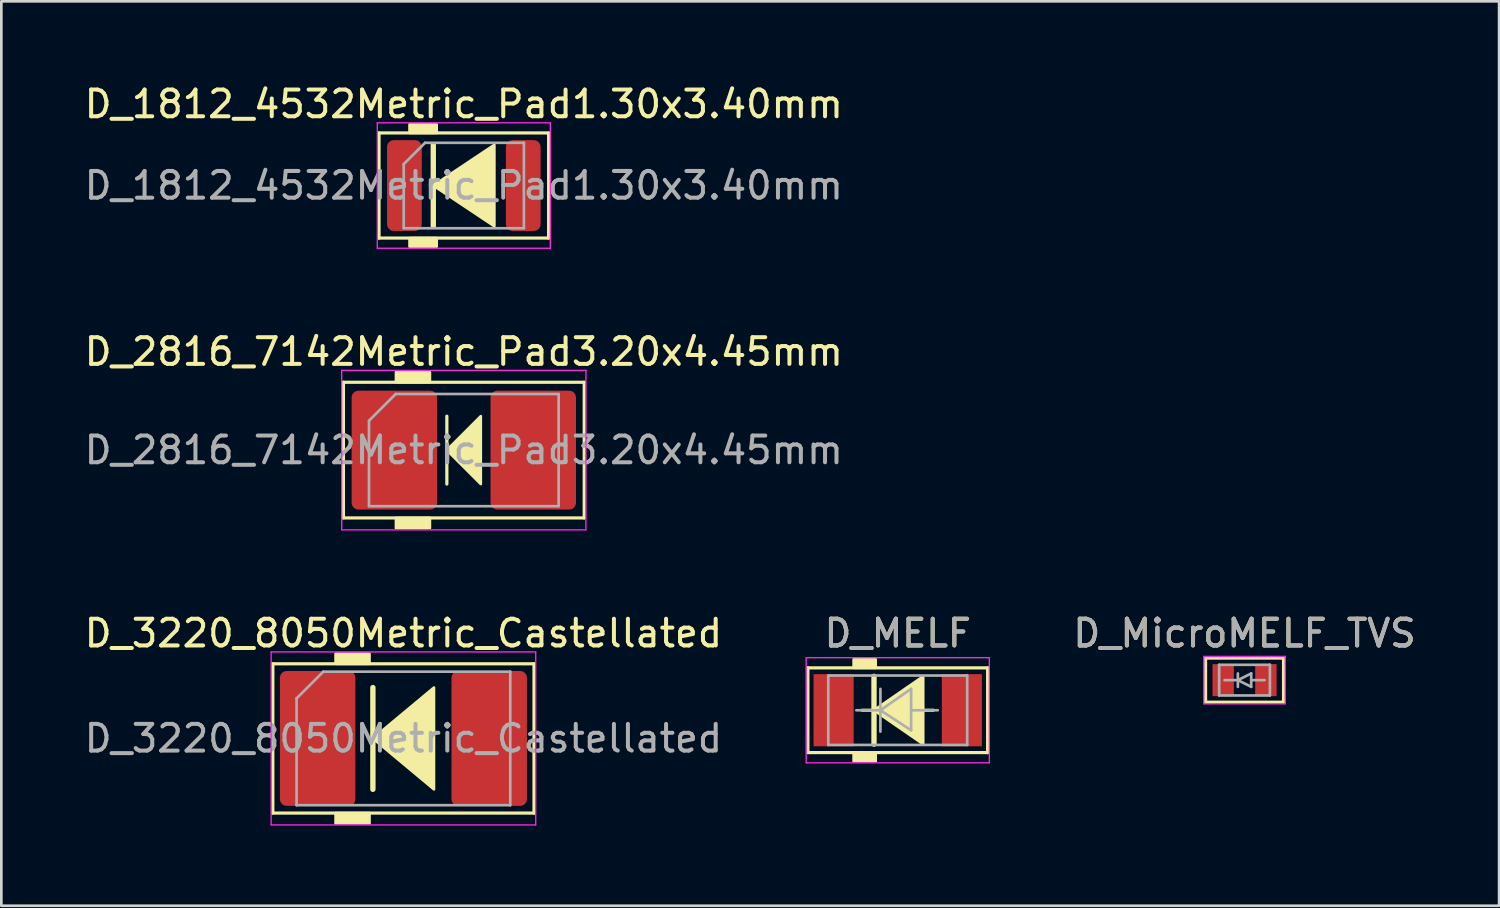
<source format=kicad_pcb>
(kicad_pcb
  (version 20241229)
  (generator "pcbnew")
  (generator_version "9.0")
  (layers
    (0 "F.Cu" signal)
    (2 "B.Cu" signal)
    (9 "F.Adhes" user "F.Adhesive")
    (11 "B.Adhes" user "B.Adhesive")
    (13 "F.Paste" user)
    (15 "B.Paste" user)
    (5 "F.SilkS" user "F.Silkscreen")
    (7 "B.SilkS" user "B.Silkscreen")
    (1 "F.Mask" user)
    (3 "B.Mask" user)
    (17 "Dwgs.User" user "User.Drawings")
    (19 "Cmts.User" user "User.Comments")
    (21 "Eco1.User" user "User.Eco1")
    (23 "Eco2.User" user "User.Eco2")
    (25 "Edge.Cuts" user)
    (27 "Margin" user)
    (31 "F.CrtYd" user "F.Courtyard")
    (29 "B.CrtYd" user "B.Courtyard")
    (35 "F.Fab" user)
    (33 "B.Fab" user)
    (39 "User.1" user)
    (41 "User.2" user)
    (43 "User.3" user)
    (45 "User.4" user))
  (footprint "D_1812_4532Metric_Pad1.30x3.40mm"
    (layer "F.Cu")
    (at 14.315 3.896)
    (property "Reference" "D_1812_4532Metric_Pad1.30x3.40mm" (at 0 -3.048 0) (layer "F.SilkS") (effects (font (size 1 1) (thickness 0.15))))
    (attr smd)
    (fp_line (start -3.175 -1.968) (end -3.175 1.968) (stroke (width 0.12) (type solid)) (layer "F.SilkS"))
    (fp_line (start -3.175 1.968) (end 3.175 1.968) (stroke (width 0.12) (type solid)) (layer "F.SilkS"))
    (fp_line (start -1.143 -1.524) (end -1.143 1.524) (stroke (width 0.2) (type solid)) (layer "F.SilkS"))
    (fp_line (start 3.175 -1.968) (end -3.175 -1.968) (stroke (width 0.12) (type solid)) (layer "F.SilkS"))
    (fp_line (start 3.175 1.968) (end 3.175 -1.968) (stroke (width 0.12) (type solid)) (layer "F.SilkS"))
    (fp_poly (pts (xy 1.143 1.524) (xy -1.143 0) (xy 1.143 -1.524)) (stroke (width 0.1) (type solid)) (fill yes) (layer "F.SilkS"))
    (fp_poly (pts (xy -1.016 -1.968) (xy -2.032 -1.968) (xy -2.032 -2.286) (xy -1.016 -2.286)) (stroke (width 0.1) (type solid)) (fill yes) (layer "F.SilkS"))
    (fp_poly (pts (xy -1.016 2.286) (xy -2.032 2.286) (xy -2.032 1.968) (xy -1.016 1.968)) (stroke (width 0.1) (type solid)) (fill yes) (layer "F.SilkS"))
    (fp_line (start -3.239 -2.349) (end 3.239 -2.349) (stroke (width 0.05) (type solid)) (layer "F.CrtYd"))
    (fp_line (start -3.239 2.349) (end -3.239 -2.349) (stroke (width 0.05) (type solid)) (layer "F.CrtYd"))
    (fp_line (start 3.239 -2.349) (end 3.239 2.349) (stroke (width 0.05) (type solid)) (layer "F.CrtYd"))
    (fp_line (start 3.239 2.349) (end -3.239 2.349) (stroke (width 0.05) (type solid)) (layer "F.CrtYd"))
    (fp_line (start -2.25 -0.8) (end -2.25 1.6) (stroke (width 0.1) (type solid)) (layer "F.Fab"))
    (fp_line (start -2.25 1.6) (end 2.25 1.6) (stroke (width 0.1) (type solid)) (layer "F.Fab"))
    (fp_line (start -1.45 -1.6) (end -2.25 -0.8) (stroke (width 0.1) (type solid)) (layer "F.Fab"))
    (fp_line (start 2.25 -1.6) (end -1.45 -1.6) (stroke (width 0.1) (type solid)) (layer "F.Fab"))
    (fp_line (start 2.25 1.6) (end 2.25 -1.6) (stroke (width 0.1) (type solid)) (layer "F.Fab"))
    (fp_text user "${REFERENCE}" (at 0 0 0) (layer "F.Fab") (effects (font (size 1 1) (thickness 0.15))))
    (pad "1" smd roundrect (at -2.225 0) (size 1.3 3.4) (layers "F.Cu" "F.Mask" "F.Paste") (roundrect_rratio 0.192))
    (pad "2" smd roundrect (at 2.225 0) (size 1.3 3.4) (layers "F.Cu" "F.Mask" "F.Paste") (roundrect_rratio 0.192)))
  (footprint "D_3220_8050Metric_Castellated"
    (layer "F.Cu")
    (at 12.054 24.597)
    (property "Reference" "D_3220_8050Metric_Castellated" (at 0 -3.937 0) (layer "F.SilkS") (effects (font (size 1 1) (thickness 0.15))))
    (attr smd)
    (fp_line (start -4.889 -2.794) (end 4.889 -2.794) (stroke (width 0.12) (type solid)) (layer "F.SilkS"))
    (fp_line (start -4.889 2.794) (end -4.889 -2.794) (stroke (width 0.12) (type solid)) (layer "F.SilkS"))
    (fp_line (start -1.143 -1.905) (end -1.143 1.905) (stroke (width 0.2) (type solid)) (layer "F.SilkS"))
    (fp_line (start 4.889 -2.794) (end 4.889 2.794) (stroke (width 0.12) (type solid)) (layer "F.SilkS"))
    (fp_line (start 4.889 2.794) (end -4.889 2.794) (stroke (width 0.12) (type solid)) (layer "F.SilkS"))
    (fp_poly (pts (xy 1.143 1.905) (xy -1.143 0) (xy 1.143 -1.905)) (stroke (width 0.1) (type solid)) (fill yes) (layer "F.SilkS"))
    (fp_poly (pts (xy -1.27 -2.794) (xy -2.54 -2.794) (xy -2.54 -3.175) (xy -1.27 -3.175)) (stroke (width 0.1) (type solid)) (fill yes) (layer "F.SilkS"))
    (fp_poly (pts (xy -1.27 3.175) (xy -2.54 3.175) (xy -2.54 2.794) (xy -1.27 2.794)) (stroke (width 0.1) (type solid)) (fill yes) (layer "F.SilkS"))
    (fp_line (start -4.953 -3.239) (end 4.953 -3.239) (stroke (width 0.05) (type solid)) (layer "F.CrtYd"))
    (fp_line (start -4.953 3.239) (end -4.953 -3.239) (stroke (width 0.05) (type solid)) (layer "F.CrtYd"))
    (fp_line (start 4.953 -3.239) (end 4.953 3.239) (stroke (width 0.05) (type solid)) (layer "F.CrtYd"))
    (fp_line (start 4.953 3.239) (end -4.953 3.239) (stroke (width 0.05) (type solid)) (layer "F.CrtYd"))
    (fp_line (start -4 -1.5) (end -4 2.5) (stroke (width 0.1) (type solid)) (layer "F.Fab"))
    (fp_line (start -4 2.5) (end 4 2.5) (stroke (width 0.1) (type solid)) (layer "F.Fab"))
    (fp_line (start -3 -2.5) (end -4 -1.5) (stroke (width 0.1) (type solid)) (layer "F.Fab"))
    (fp_line (start 4 -2.5) (end -3 -2.5) (stroke (width 0.1) (type solid)) (layer "F.Fab"))
    (fp_line (start 4 2.5) (end 4 -2.5) (stroke (width 0.1) (type solid)) (layer "F.Fab"))
    (fp_text user "${REFERENCE}" (at 0 0 0) (layer "F.Fab") (effects (font (size 1 1) (thickness 0.15))))
    (pad "1" smd roundrect (at -3.212 0) (size 2.825 5.05) (layers "F.Cu" "F.Mask" "F.Paste") (roundrect_rratio 0.088))
    (pad "2" smd roundrect (at 3.212 0) (size 2.825 5.05) (layers "F.Cu" "F.Mask" "F.Paste") (roundrect_rratio 0.088)))
  (footprint "D_MicroMELF_TVS"
    (layer "F.Cu")
    (at 43.545 22.414)
    (property "Reference" "D_MicroMELF_TVS" (at 0 -1.754 0) (layer "F.SilkS") (effects (font (size 1 1) (thickness 0.15))))
    (attr smd)
    (fp_line (start -1.46 -0.826) (end 1.46 -0.826) (stroke (width 0.12) (type solid)) (layer "F.SilkS"))
    (fp_line (start -1.46 0.826) (end -1.46 -0.826) (stroke (width 0.12) (type solid)) (layer "F.SilkS"))
    (fp_line (start 1.46 -0.826) (end 1.46 0.826) (stroke (width 0.12) (type solid)) (layer "F.SilkS"))
    (fp_line (start 1.46 0.826) (end -1.46 0.826) (stroke (width 0.12) (type solid)) (layer "F.SilkS"))
    (fp_line (start -1.524 -0.889) (end -1.524 0.889) (stroke (width 0.05) (type solid)) (layer "F.CrtYd"))
    (fp_line (start -1.524 -0.889) (end 1.524 -0.889) (stroke (width 0.05) (type solid)) (layer "F.CrtYd"))
    (fp_line (start 1.524 0.889) (end -1.524 0.889) (stroke (width 0.05) (type solid)) (layer "F.CrtYd"))
    (fp_line (start 1.524 0.889) (end 1.524 -0.889) (stroke (width 0.05) (type solid)) (layer "F.CrtYd"))
    (fp_line (start -0.95 -0.575) (end 0.95 -0.575) (stroke (width 0.1) (type solid)) (layer "F.Fab"))
    (fp_line (start -0.95 0.575) (end -0.95 -0.575) (stroke (width 0.1) (type solid)) (layer "F.Fab"))
    (fp_line (start -0.25 -0.25) (end -0.25 0.25) (stroke (width 0.1) (type solid)) (layer "F.Fab"))
    (fp_line (start -0.25 0) (end -0.75 0) (stroke (width 0.1) (type solid)) (layer "F.Fab"))
    (fp_line (start -0.25 0) (end 0.25 -0.25) (stroke (width 0.1) (type solid)) (layer "F.Fab"))
    (fp_line (start 0.25 -0.25) (end 0.25 0.25) (stroke (width 0.1) (type solid)) (layer "F.Fab"))
    (fp_line (start 0.25 0) (end 0.75 0) (stroke (width 0.1) (type solid)) (layer "F.Fab"))
    (fp_line (start 0.25 0.25) (end -0.25 0) (stroke (width 0.1) (type solid)) (layer "F.Fab"))
    (fp_line (start 0.95 -0.575) (end 0.95 0.575) (stroke (width 0.1) (type solid)) (layer "F.Fab"))
    (fp_line (start 0.95 0.575) (end -0.95 0.575) (stroke (width 0.1) (type solid)) (layer "F.Fab"))
    (fp_text user "${REFERENCE}" (at 0 -1.754 0) (layer "F.Fab") (effects (font (size 1 1) (thickness 0.15))))
    (pad "1" smd rect (at -0.8 0) (size 0.8 1.2) (layers "F.Cu" "F.Mask" "F.Paste"))
    (pad "2" smd rect (at 0.8 0) (size 0.8 1.2) (layers "F.Cu" "F.Mask" "F.Paste")))
  (footprint "D_2816_7142Metric_Pad3.20x4.45mm"
    (layer "F.Cu")
    (at 14.315 13.802)
    (property "Reference" "D_2816_7142Metric_Pad3.20x4.45mm" (at 0 -3.683 0) (layer "F.SilkS") (effects (font (size 1 1) (thickness 0.15))))
    (attr smd)
    (fp_line (start -4.508 -2.54) (end -4.508 2.54) (stroke (width 0.12) (type solid)) (layer "F.SilkS"))
    (fp_line (start -4.508 2.54) (end 4.508 2.54) (stroke (width 0.12) (type solid)) (layer "F.SilkS"))
    (fp_line (start -0.635 -1.27) (end -0.635 1.27) (stroke (width 0.12) (type solid)) (layer "F.SilkS"))
    (fp_line (start 4.508 -2.54) (end -4.508 -2.54) (stroke (width 0.12) (type solid)) (layer "F.SilkS"))
    (fp_line (start 4.508 2.54) (end 4.508 -2.54) (stroke (width 0.12) (type solid)) (layer "F.SilkS"))
    (fp_poly (pts (xy 0.635 1.27) (xy -0.635 0) (xy 0.635 -1.27)) (stroke (width 0.1) (type solid)) (fill yes) (layer "F.SilkS"))
    (fp_poly (pts (xy -1.27 -2.54) (xy -2.54 -2.54) (xy -2.54 -2.921) (xy -1.27 -2.921)) (stroke (width 0.1) (type solid)) (fill yes) (layer "F.SilkS"))
    (fp_poly (pts (xy -1.27 2.921) (xy -2.54 2.921) (xy -2.54 2.54) (xy -1.27 2.54)) (stroke (width 0.1) (type solid)) (fill yes) (layer "F.SilkS"))
    (fp_line (start -4.572 -2.985) (end 4.572 -2.985) (stroke (width 0.05) (type solid)) (layer "F.CrtYd"))
    (fp_line (start -4.572 2.985) (end -4.572 -2.985) (stroke (width 0.05) (type solid)) (layer "F.CrtYd"))
    (fp_line (start 4.572 -2.985) (end 4.572 2.985) (stroke (width 0.05) (type solid)) (layer "F.CrtYd"))
    (fp_line (start 4.572 2.985) (end -4.572 2.985) (stroke (width 0.05) (type solid)) (layer "F.CrtYd"))
    (fp_line (start -3.55 -1.1) (end -3.55 2.1) (stroke (width 0.1) (type solid)) (layer "F.Fab"))
    (fp_line (start -3.55 2.1) (end 3.55 2.1) (stroke (width 0.1) (type solid)) (layer "F.Fab"))
    (fp_line (start -2.55 -2.1) (end -3.55 -1.1) (stroke (width 0.1) (type solid)) (layer "F.Fab"))
    (fp_line (start 3.55 -2.1) (end -2.55 -2.1) (stroke (width 0.1) (type solid)) (layer "F.Fab"))
    (fp_line (start 3.55 2.1) (end 3.55 -2.1) (stroke (width 0.1) (type solid)) (layer "F.Fab"))
    (fp_text user "${REFERENCE}" (at 0 0 0) (layer "F.Fab") (effects (font (size 1 1) (thickness 0.15))))
    (pad "1" smd roundrect (at -2.6 0) (size 3.2 4.45) (layers "F.Cu" "F.Mask" "F.Paste") (roundrect_rratio 0.078))
    (pad "2" smd roundrect (at 2.6 0) (size 3.2 4.45) (layers "F.Cu" "F.Mask" "F.Paste") (roundrect_rratio 0.078)))
  (footprint "D_MELF"
    (layer "F.Cu")
    (at 30.561 23.541)
    (property "Reference" "D_MELF" (at 0 -2.881 0) (layer "F.SilkS") (effects (font (size 1 1) (thickness 0.15))))
    (attr smd)
    (fp_line (start -3.365 -1.587) (end 3.365 -1.587) (stroke (width 0.12) (type solid)) (layer "F.SilkS"))
    (fp_line (start -3.365 1.587) (end -3.365 -1.587) (stroke (width 0.12) (type solid)) (layer "F.SilkS"))
    (fp_line (start -0.953 0) (end -1.333 0) (stroke (width 0.12) (type solid)) (layer "F.SilkS"))
    (fp_line (start -0.889 -1.27) (end -0.889 1.27) (stroke (width 0.2) (type solid)) (layer "F.SilkS"))
    (fp_line (start 1.333 0) (end 0.953 0) (stroke (width 0.12) (type solid)) (layer "F.SilkS"))
    (fp_line (start 3.365 -1.587) (end 3.365 1.587) (stroke (width 0.12) (type solid)) (layer "F.SilkS"))
    (fp_line (start 3.365 1.587) (end -3.365 1.587) (stroke (width 0.12) (type solid)) (layer "F.SilkS"))
    (fp_poly (pts (xy 0.953 1.27) (xy -0.889 0) (xy 0.953 -1.27)) (stroke (width 0.1) (type solid)) (fill yes) (layer "F.SilkS"))
    (fp_poly (pts (xy -0.826 -1.587) (xy -1.651 -1.587) (xy -1.651 -1.905) (xy -0.826 -1.905)) (stroke (width 0.1) (type solid)) (fill yes) (layer "F.SilkS"))
    (fp_poly (pts (xy -0.826 1.905) (xy -1.651 1.905) (xy -1.651 1.587) (xy -0.826 1.587)) (stroke (width 0.1) (type solid)) (fill yes) (layer "F.SilkS"))
    (fp_line (start -3.429 -1.968) (end 3.429 -1.968) (stroke (width 0.05) (type solid)) (layer "F.CrtYd"))
    (fp_line (start -3.429 1.968) (end -3.429 -1.968) (stroke (width 0.05) (type solid)) (layer "F.CrtYd"))
    (fp_line (start 3.429 -1.968) (end 3.429 1.968) (stroke (width 0.05) (type solid)) (layer "F.CrtYd"))
    (fp_line (start 3.429 1.968) (end -3.429 1.968) (stroke (width 0.05) (type solid)) (layer "F.CrtYd"))
    (fp_line (start -2.6 -1.3) (end -2.6 1.3) (stroke (width 0.1) (type solid)) (layer "F.Fab"))
    (fp_line (start -2.6 1.3) (end 2.6 1.3) (stroke (width 0.1) (type solid)) (layer "F.Fab"))
    (fp_line (start -0.649 -0.799) (end -0.649 0.801) (stroke (width 0.1) (type solid)) (layer "F.Fab"))
    (fp_line (start -0.649 0.001) (end -1.551 0.001) (stroke (width 0.1) (type solid)) (layer "F.Fab"))
    (fp_line (start -0.649 0.001) (end 0.501 -0.799) (stroke (width 0.1) (type solid)) (layer "F.Fab"))
    (fp_line (start -0.649 0.001) (end 0.501 0.75) (stroke (width 0.1) (type solid)) (layer "F.Fab"))
    (fp_line (start 0.501 0.001) (end 1.499 0.001) (stroke (width 0.1) (type solid)) (layer "F.Fab"))
    (fp_line (start 0.501 0.75) (end 0.501 -0.799) (stroke (width 0.1) (type solid)) (layer "F.Fab"))
    (fp_line (start 2.6 -1.3) (end -2.6 -1.3) (stroke (width 0.1) (type solid)) (layer "F.Fab"))
    (fp_line (start 2.6 1.3) (end 2.6 -1.3) (stroke (width 0.1) (type solid)) (layer "F.Fab"))
    (fp_text user "${REFERENCE}" (at 0 -2.881 0) (layer "F.Fab") (effects (font (size 1 1) (thickness 0.15))))
    (pad "1" smd rect (at -2.4 0) (size 1.5 2.7) (layers "F.Cu" "F.Mask" "F.Paste"))
    (pad "2" smd rect (at 2.4 0) (size 1.5 2.7) (layers "F.Cu" "F.Mask" "F.Paste")))
  (gr_rect
    (start -3 -3)
    (end 53.075 30.86)
    (stroke (width 0.1) (type default))
    (fill no)
    (layer "Edge.Cuts")))
</source>
